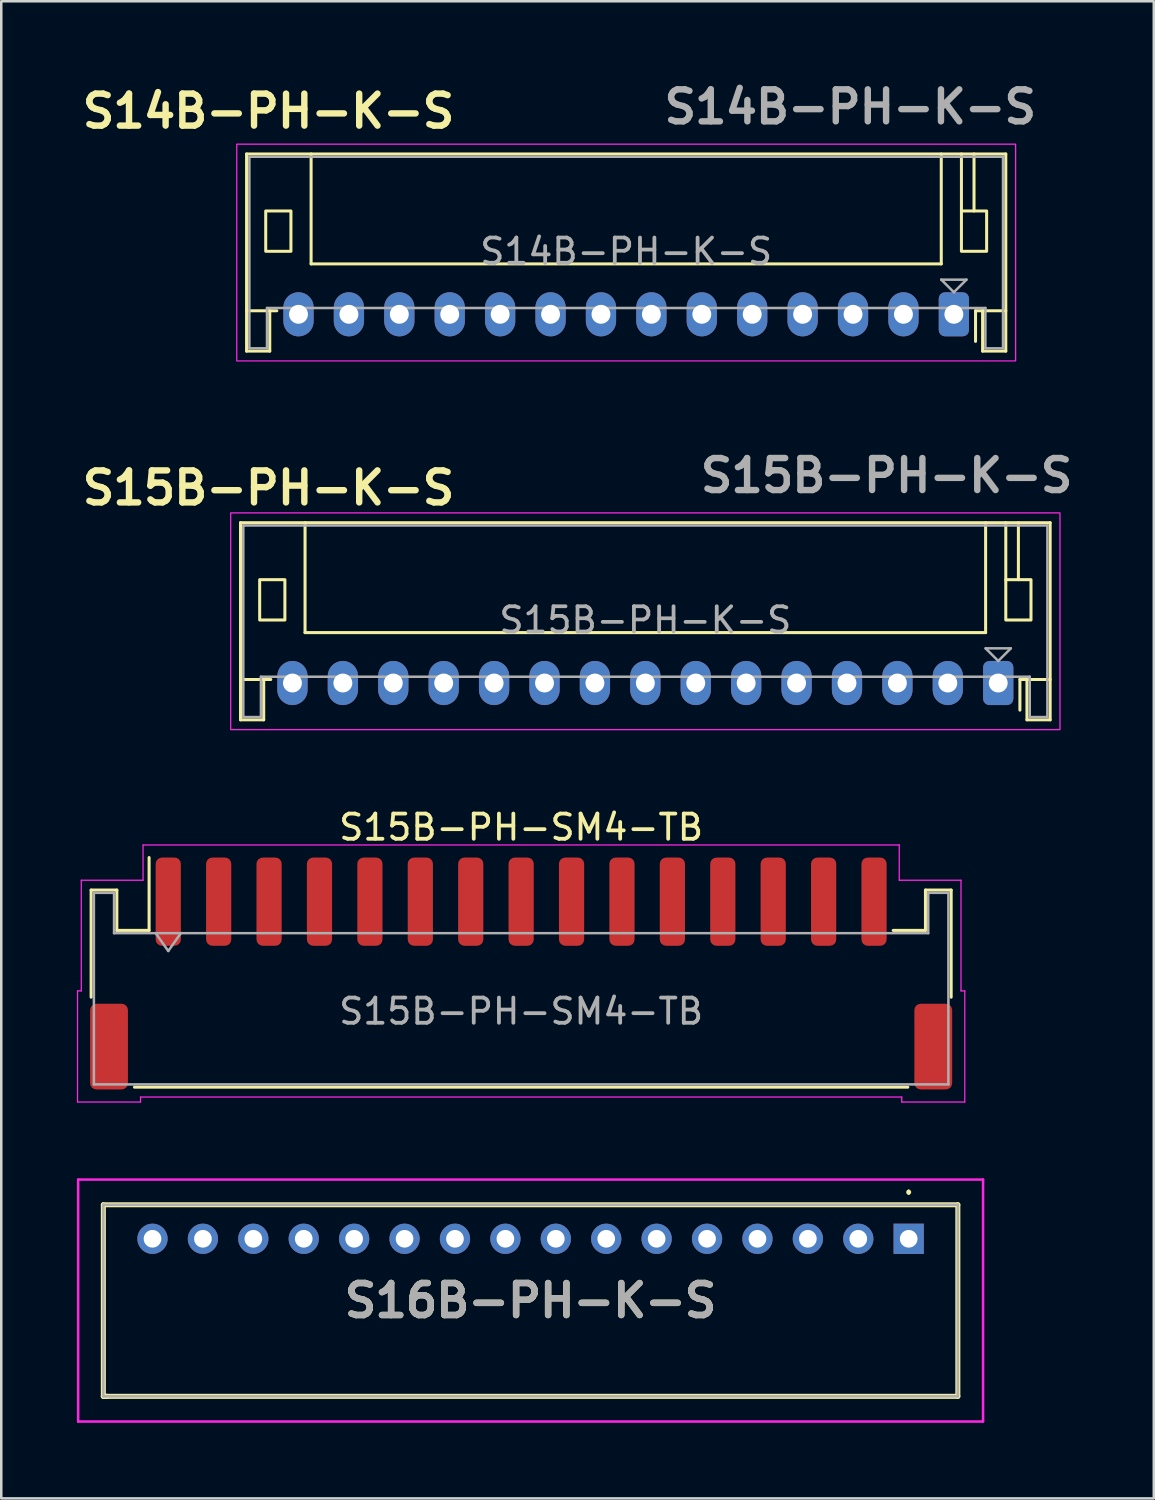
<source format=kicad_pcb>
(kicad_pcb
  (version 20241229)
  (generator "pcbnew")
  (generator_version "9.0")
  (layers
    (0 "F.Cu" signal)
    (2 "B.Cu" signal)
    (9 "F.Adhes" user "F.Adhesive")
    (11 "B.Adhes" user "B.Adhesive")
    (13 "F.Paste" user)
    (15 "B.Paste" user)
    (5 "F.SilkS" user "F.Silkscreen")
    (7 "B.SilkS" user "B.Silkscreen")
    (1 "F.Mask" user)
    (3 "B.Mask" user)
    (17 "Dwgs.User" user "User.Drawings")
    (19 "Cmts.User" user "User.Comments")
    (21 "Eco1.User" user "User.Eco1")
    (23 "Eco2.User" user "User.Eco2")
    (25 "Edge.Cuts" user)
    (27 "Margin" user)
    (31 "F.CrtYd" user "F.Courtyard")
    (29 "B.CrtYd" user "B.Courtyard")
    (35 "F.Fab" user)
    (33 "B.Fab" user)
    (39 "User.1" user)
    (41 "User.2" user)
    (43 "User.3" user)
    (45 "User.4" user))
  (footprint "S16B-PH-K-S"
    (layer "F.Cu")
    (at 33 46.096)
    (property "Reference" "S16B-PH-K-S" (at -15 2.45 0) (layer "F.SilkS") (effects (font (size 1.27 1.27) (thickness 0.254))))
    (attr through_hole)
    (fp_line (start -31.95 -1.35) (end 1.95 -1.35) (stroke (width 0.2) (type solid)) (layer "F.SilkS"))
    (fp_line (start -31.95 6.25) (end -31.95 -1.35) (stroke (width 0.2) (type solid)) (layer "F.SilkS"))
    (fp_line (start -31.95 6.25) (end -31.8 6.25) (stroke (width 0.2) (type solid)) (layer "F.SilkS"))
    (fp_line (start 0 -1.9) (end 0 -1.9) (stroke (width 0.1) (type solid)) (layer "F.SilkS"))
    (fp_line (start 0 -1.8) (end 0 -1.8) (stroke (width 0.1) (type solid)) (layer "F.SilkS"))
    (fp_line (start 1.95 -1.35) (end 1.95 6.25) (stroke (width 0.2) (type solid)) (layer "F.SilkS"))
    (fp_line (start 1.95 6.25) (end -31.95 6.25) (stroke (width 0.2) (type solid)) (layer "F.SilkS"))
    (fp_arc (start 0 -1.9) (mid 0.05 -1.85) (end 0 -1.8) (stroke (width 0.1) (type solid)) (layer "F.SilkS"))
    (fp_arc (start 0 -1.8) (mid -0.05 -1.85) (end 0 -1.9) (stroke (width 0.1) (type solid)) (layer "F.SilkS"))
    (fp_line (start -32.95 -2.35) (end 2.95 -2.35) (stroke (width 0.1) (type solid)) (layer "F.CrtYd"))
    (fp_line (start -32.95 7.25) (end -32.95 -2.35) (stroke (width 0.1) (type solid)) (layer "F.CrtYd"))
    (fp_line (start 2.95 -2.35) (end 2.95 7.25) (stroke (width 0.1) (type solid)) (layer "F.CrtYd"))
    (fp_line (start 2.95 7.25) (end -32.95 7.25) (stroke (width 0.1) (type solid)) (layer "F.CrtYd"))
    (fp_line (start -31.95 -1.35) (end -31.95 6.25) (stroke (width 0.1) (type solid)) (layer "F.Fab"))
    (fp_line (start -31.95 6.25) (end 1.95 6.25) (stroke (width 0.1) (type solid)) (layer "F.Fab"))
    (fp_line (start 1.95 -1.35) (end -31.95 -1.35) (stroke (width 0.1) (type solid)) (layer "F.Fab"))
    (fp_line (start 1.95 6.25) (end 1.95 -1.35) (stroke (width 0.1) (type solid)) (layer "F.Fab"))
    (fp_text user "${REFERENCE}" (at -15 2.45 0) (layer "F.Fab") (effects (font (size 1.27 1.27) (thickness 0.254))))
    (pad "1" thru_hole rect (at 0 0) (size 1.2 1.2) (drill 0.7) (layers "*.Cu" "*.Mask"))
    (pad "2" thru_hole circle (at -2 0) (size 1.2 1.2) (drill 0.7) (layers "*.Cu" "*.Mask"))
    (pad "3" thru_hole circle (at -4 0) (size 1.2 1.2) (drill 0.7) (layers "*.Cu" "*.Mask"))
    (pad "4" thru_hole circle (at -6 0) (size 1.2 1.2) (drill 0.7) (layers "*.Cu" "*.Mask"))
    (pad "5" thru_hole circle (at -8 0) (size 1.2 1.2) (drill 0.7) (layers "*.Cu" "*.Mask"))
    (pad "6" thru_hole circle (at -10 0) (size 1.2 1.2) (drill 0.7) (layers "*.Cu" "*.Mask"))
    (pad "7" thru_hole circle (at -12 0) (size 1.2 1.2) (drill 0.7) (layers "*.Cu" "*.Mask"))
    (pad "8" thru_hole circle (at -14 0) (size 1.2 1.2) (drill 0.7) (layers "*.Cu" "*.Mask"))
    (pad "9" thru_hole circle (at -16 0) (size 1.2 1.2) (drill 0.7) (layers "*.Cu" "*.Mask"))
    (pad "10" thru_hole circle (at -18 0) (size 1.2 1.2) (drill 0.7) (layers "*.Cu" "*.Mask"))
    (pad "11" thru_hole circle (at -20 0) (size 1.2 1.2) (drill 0.7) (layers "*.Cu" "*.Mask"))
    (pad "12" thru_hole circle (at -22 0) (size 1.2 1.2) (drill 0.7) (layers "*.Cu" "*.Mask"))
    (pad "13" thru_hole circle (at -24 0) (size 1.2 1.2) (drill 0.7) (layers "*.Cu" "*.Mask"))
    (pad "14" thru_hole circle (at -26 0) (size 1.2 1.2) (drill 0.7) (layers "*.Cu" "*.Mask"))
    (pad "15" thru_hole circle (at -28 0) (size 1.2 1.2) (drill 0.7) (layers "*.Cu" "*.Mask"))
    (pad "16" thru_hole circle (at -30 0) (size 1.2 1.2) (drill 0.7) (layers "*.Cu" "*.Mask")))
  (footprint "S15B-PH-SM4-TB"
    (layer "F.Cu")
    (at 17.625 35.571)
    (property "Reference" "S15B-PH-SM4-TB" (at 0 -5.8 0) (layer "F.SilkS") (effects (font (size 1 1) (thickness 0.15))))
    (attr smd)
    (fp_line (start -17.06 -3.31) (end -16.04 -3.31) (stroke (width 0.12) (type solid)) (layer "F.SilkS"))
    (fp_line (start -17.06 0.94) (end -17.06 -3.31) (stroke (width 0.12) (type solid)) (layer "F.SilkS"))
    (fp_line (start -16.04 -3.31) (end -16.04 -1.71) (stroke (width 0.12) (type solid)) (layer "F.SilkS"))
    (fp_line (start -16.04 -1.71) (end -14.76 -1.71) (stroke (width 0.12) (type solid)) (layer "F.SilkS"))
    (fp_line (start -15.34 4.51) (end 15.34 4.51) (stroke (width 0.12) (type solid)) (layer "F.SilkS"))
    (fp_line (start -14.76 -1.71) (end -14.76 -4.6) (stroke (width 0.12) (type solid)) (layer "F.SilkS"))
    (fp_line (start 16.04 -3.31) (end 16.04 -1.71) (stroke (width 0.12) (type solid)) (layer "F.SilkS"))
    (fp_line (start 16.04 -1.71) (end 14.76 -1.71) (stroke (width 0.12) (type solid)) (layer "F.SilkS"))
    (fp_line (start 17.06 -3.31) (end 16.04 -3.31) (stroke (width 0.12) (type solid)) (layer "F.SilkS"))
    (fp_line (start 17.06 0.94) (end 17.06 -3.31) (stroke (width 0.12) (type solid)) (layer "F.SilkS"))
    (fp_line (start -17.6 0.69) (end -17.45 0.69) (stroke (width 0.05) (type solid)) (layer "F.CrtYd"))
    (fp_line (start -17.6 5.1) (end -17.6 0.69) (stroke (width 0.05) (type solid)) (layer "F.CrtYd"))
    (fp_line (start -17.45 -3.7) (end -15 -3.7) (stroke (width 0.05) (type solid)) (layer "F.CrtYd"))
    (fp_line (start -17.45 0.69) (end -17.45 -3.7) (stroke (width 0.05) (type solid)) (layer "F.CrtYd"))
    (fp_line (start -15.1 4.9) (end -15.1 5.1) (stroke (width 0.05) (type solid)) (layer "F.CrtYd"))
    (fp_line (start -15.1 5.1) (end -17.6 5.1) (stroke (width 0.05) (type solid)) (layer "F.CrtYd"))
    (fp_line (start -15 -5.1) (end 15 -5.1) (stroke (width 0.05) (type solid)) (layer "F.CrtYd"))
    (fp_line (start -15 -3.7) (end -15 -5.1) (stroke (width 0.05) (type solid)) (layer "F.CrtYd"))
    (fp_line (start 15 -5.1) (end 15 -3.7) (stroke (width 0.05) (type solid)) (layer "F.CrtYd"))
    (fp_line (start 15 -3.7) (end 17.45 -3.7) (stroke (width 0.05) (type solid)) (layer "F.CrtYd"))
    (fp_line (start 15.1 4.9) (end -15.1 4.9) (stroke (width 0.05) (type solid)) (layer "F.CrtYd"))
    (fp_line (start 15.1 5.1) (end 15.1 4.9) (stroke (width 0.05) (type solid)) (layer "F.CrtYd"))
    (fp_line (start 17.45 -3.7) (end 17.45 0.69) (stroke (width 0.05) (type solid)) (layer "F.CrtYd"))
    (fp_line (start 17.45 0.69) (end 17.6 0.69) (stroke (width 0.05) (type solid)) (layer "F.CrtYd"))
    (fp_line (start 17.6 0.69) (end 17.6 5.1) (stroke (width 0.05) (type solid)) (layer "F.CrtYd"))
    (fp_line (start 17.6 5.1) (end 15.1 5.1) (stroke (width 0.05) (type solid)) (layer "F.CrtYd"))
    (fp_line (start -16.95 -3.2) (end -16.95 4.4) (stroke (width 0.1) (type solid)) (layer "F.Fab"))
    (fp_line (start -16.95 -3.2) (end -16.15 -3.2) (stroke (width 0.1) (type solid)) (layer "F.Fab"))
    (fp_line (start -16.95 4.4) (end 16.95 4.4) (stroke (width 0.1) (type solid)) (layer "F.Fab"))
    (fp_line (start -16.15 -3.2) (end -16.15 -1.6) (stroke (width 0.1) (type solid)) (layer "F.Fab"))
    (fp_line (start -16.15 -1.6) (end 16.15 -1.6) (stroke (width 0.1) (type solid)) (layer "F.Fab"))
    (fp_line (start -14.5 -1.6) (end -14 -0.893) (stroke (width 0.1) (type solid)) (layer "F.Fab"))
    (fp_line (start -14 -0.893) (end -13.5 -1.6) (stroke (width 0.1) (type solid)) (layer "F.Fab"))
    (fp_line (start 16.15 -3.2) (end 16.95 -3.2) (stroke (width 0.1) (type solid)) (layer "F.Fab"))
    (fp_line (start 16.15 -1.6) (end 16.15 -3.2) (stroke (width 0.1) (type solid)) (layer "F.Fab"))
    (fp_line (start 16.95 -3.2) (end 16.95 4.4) (stroke (width 0.1) (type solid)) (layer "F.Fab"))
    (fp_text user "${REFERENCE}" (at 0 1.5 0) (layer "F.Fab") (effects (font (size 1 1) (thickness 0.15))))
    (pad "1" smd roundrect (at -14 -2.85) (size 1 3.5) (layers "F.Cu" "F.Mask" "F.Paste") (roundrect_rratio 0.25))
    (pad "2" smd roundrect (at -12 -2.85) (size 1 3.5) (layers "F.Cu" "F.Mask" "F.Paste") (roundrect_rratio 0.25))
    (pad "3" smd roundrect (at -10 -2.85) (size 1 3.5) (layers "F.Cu" "F.Mask" "F.Paste") (roundrect_rratio 0.25))
    (pad "4" smd roundrect (at -8 -2.85) (size 1 3.5) (layers "F.Cu" "F.Mask" "F.Paste") (roundrect_rratio 0.25))
    (pad "5" smd roundrect (at -6 -2.85) (size 1 3.5) (layers "F.Cu" "F.Mask" "F.Paste") (roundrect_rratio 0.25))
    (pad "6" smd roundrect (at -4 -2.85) (size 1 3.5) (layers "F.Cu" "F.Mask" "F.Paste") (roundrect_rratio 0.25))
    (pad "7" smd roundrect (at -2 -2.85) (size 1 3.5) (layers "F.Cu" "F.Mask" "F.Paste") (roundrect_rratio 0.25))
    (pad "8" smd roundrect (at 0 -2.85) (size 1 3.5) (layers "F.Cu" "F.Mask" "F.Paste") (roundrect_rratio 0.25))
    (pad "9" smd roundrect (at 2 -2.85) (size 1 3.5) (layers "F.Cu" "F.Mask" "F.Paste") (roundrect_rratio 0.25))
    (pad "10" smd roundrect (at 4 -2.85) (size 1 3.5) (layers "F.Cu" "F.Mask" "F.Paste") (roundrect_rratio 0.25))
    (pad "11" smd roundrect (at 6 -2.85) (size 1 3.5) (layers "F.Cu" "F.Mask" "F.Paste") (roundrect_rratio 0.25))
    (pad "12" smd roundrect (at 8 -2.85) (size 1 3.5) (layers "F.Cu" "F.Mask" "F.Paste") (roundrect_rratio 0.25))
    (pad "13" smd roundrect (at 10 -2.85) (size 1 3.5) (layers "F.Cu" "F.Mask" "F.Paste") (roundrect_rratio 0.25))
    (pad "14" smd roundrect (at 12 -2.85) (size 1 3.5) (layers "F.Cu" "F.Mask" "F.Paste") (roundrect_rratio 0.25))
    (pad "15" smd roundrect (at 14 -2.85) (size 1 3.5) (layers "F.Cu" "F.Mask" "F.Paste") (roundrect_rratio 0.25))
    (pad "MP" smd roundrect (at -16.35 2.9) (size 1.5 3.4) (layers "F.Cu" "F.Mask" "F.Paste") (roundrect_rratio 0.167))
    (pad "MP" smd roundrect (at 16.35 2.9) (size 1.5 3.4) (layers "F.Cu" "F.Mask" "F.Paste") (roundrect_rratio 0.167)))
  (footprint "S15B-PH-K-S"
    (layer "F.Cu")
    (at 36.552 23.937)
    (property "Reference" "S15B-PH-K-S" (at -28.95 -7.63 0) (layer "F.SilkS") (effects (font (size 1.27 1.27) (thickness 0.254))))
    (attr through_hole)
    (fp_line (start -30.06 -6.25) (end -30.06 1.57) (stroke (width 0.12) (type solid)) (layer "F.SilkS"))
    (fp_line (start -30.06 -0.03) (end -29.14 -0.03) (stroke (width 0.12) (type solid)) (layer "F.SilkS"))
    (fp_line (start -30.06 1.57) (end -29.14 1.57) (stroke (width 0.12) (type solid)) (layer "F.SilkS"))
    (fp_line (start -29.14 -0.03) (end -28.86 -0.03) (stroke (width 0.12) (type solid)) (layer "F.SilkS"))
    (fp_line (start -29.14 1.57) (end -29.14 -0.03) (stroke (width 0.12) (type solid)) (layer "F.SilkS"))
    (fp_line (start -27.5 -1.89) (end -27.5 -6.25) (stroke (width 0.12) (type solid)) (layer "F.SilkS"))
    (fp_line (start -0.5 -6.25) (end -0.5 -1.89) (stroke (width 0.12) (type solid)) (layer "F.SilkS"))
    (fp_line (start -0.5 -1.89) (end -27.5 -1.89) (stroke (width 0.12) (type solid)) (layer "F.SilkS"))
    (fp_line (start 0.3 -3.99) (end 0.3 -6.25) (stroke (width 0.12) (type solid)) (layer "F.SilkS"))
    (fp_line (start 0.8 -3.99) (end 0.8 -6.25) (stroke (width 0.12) (type solid)) (layer "F.SilkS"))
    (fp_line (start 0.86 -0.03) (end 0.86 1.185) (stroke (width 0.12) (type solid)) (layer "F.SilkS"))
    (fp_line (start 0.86 -0.03) (end 1.14 -0.03) (stroke (width 0.12) (type solid)) (layer "F.SilkS"))
    (fp_line (start 1.14 -0.03) (end 1.14 1.57) (stroke (width 0.12) (type solid)) (layer "F.SilkS"))
    (fp_line (start 1.14 1.57) (end 2.06 1.57) (stroke (width 0.12) (type solid)) (layer "F.SilkS"))
    (fp_line (start 2.06 -6.25) (end -30.06 -6.25) (stroke (width 0.12) (type solid)) (layer "F.SilkS"))
    (fp_line (start 2.06 -0.03) (end 1.14 -0.03) (stroke (width 0.12) (type solid)) (layer "F.SilkS"))
    (fp_line (start 2.06 1.57) (end 2.06 -6.25) (stroke (width 0.12) (type solid)) (layer "F.SilkS"))
    (fp_rect (start -29.3 -3.99) (end -28.3 -2.39) (stroke (width 0.12) (type solid)) (fill no) (layer "F.SilkS"))
    (fp_rect (start 0.3 -3.99) (end 1.3 -2.39) (stroke (width 0.12) (type solid)) (fill no) (layer "F.SilkS"))
    (fp_rect (start -30.45 -6.64) (end 2.45 1.96) (stroke (width 0.05) (type solid)) (fill no) (layer "F.CrtYd"))
    (fp_line (start -29.95 -6.14) (end -29.95 1.46) (stroke (width 0.1) (type solid)) (layer "F.Fab"))
    (fp_line (start -29.95 1.46) (end -29.25 1.46) (stroke (width 0.1) (type solid)) (layer "F.Fab"))
    (fp_line (start -29.25 -0.14) (end 1.25 -0.14) (stroke (width 0.1) (type solid)) (layer "F.Fab"))
    (fp_line (start -29.25 1.46) (end -29.25 -0.14) (stroke (width 0.1) (type solid)) (layer "F.Fab"))
    (fp_line (start -0.5 -1.265) (end 0 -0.765) (stroke (width 0.1) (type solid)) (layer "F.Fab"))
    (fp_line (start 0 -0.765) (end 0.5 -1.265) (stroke (width 0.1) (type solid)) (layer "F.Fab"))
    (fp_line (start 0.5 -1.265) (end -0.5 -1.265) (stroke (width 0.1) (type solid)) (layer "F.Fab"))
    (fp_line (start 1.25 -0.14) (end 1.25 1.46) (stroke (width 0.1) (type solid)) (layer "F.Fab"))
    (fp_line (start 1.25 1.46) (end 1.95 1.46) (stroke (width 0.1) (type solid)) (layer "F.Fab"))
    (fp_line (start 1.95 -6.14) (end -29.95 -6.14) (stroke (width 0.1) (type solid)) (layer "F.Fab"))
    (fp_line (start 1.95 1.46) (end 1.95 -6.14) (stroke (width 0.1) (type solid)) (layer "F.Fab"))
    (fp_text user "${REFERENCE}" (at -4.43 -8.12 0) (layer "F.Fab") (effects (font (size 1.27 1.27) (thickness 0.254))))
    (fp_text user "${REFERENCE}" (at -14 -2.39 180) (layer "F.Fab") (effects (font (size 1 1) (thickness 0.15))))
    (pad "1" thru_hole roundrect (at 0 0.11 180) (size 1.2 1.75) (drill 0.75) (layers "*.Cu" "*.Mask") (roundrect_rratio 0.208))
    (pad "2" thru_hole oval (at -2 0.11 180) (size 1.2 1.75) (drill 0.75) (layers "*.Cu" "*.Mask"))
    (pad "3" thru_hole oval (at -4 0.11 180) (size 1.2 1.75) (drill 0.75) (layers "*.Cu" "*.Mask"))
    (pad "4" thru_hole oval (at -6 0.11 180) (size 1.2 1.75) (drill 0.75) (layers "*.Cu" "*.Mask"))
    (pad "5" thru_hole oval (at -8 0.11 180) (size 1.2 1.75) (drill 0.75) (layers "*.Cu" "*.Mask"))
    (pad "6" thru_hole oval (at -10 0.11 180) (size 1.2 1.75) (drill 0.75) (layers "*.Cu" "*.Mask"))
    (pad "7" thru_hole oval (at -12 0.11 180) (size 1.2 1.75) (drill 0.75) (layers "*.Cu" "*.Mask"))
    (pad "8" thru_hole oval (at -14 0.11 180) (size 1.2 1.75) (drill 0.75) (layers "*.Cu" "*.Mask"))
    (pad "9" thru_hole oval (at -16 0.11 180) (size 1.2 1.75) (drill 0.75) (layers "*.Cu" "*.Mask"))
    (pad "10" thru_hole oval (at -18 0.11 180) (size 1.2 1.75) (drill 0.75) (layers "*.Cu" "*.Mask"))
    (pad "11" thru_hole oval (at -20 0.11 180) (size 1.2 1.75) (drill 0.75) (layers "*.Cu" "*.Mask"))
    (pad "12" thru_hole oval (at -22 0.11 180) (size 1.2 1.75) (drill 0.75) (layers "*.Cu" "*.Mask"))
    (pad "13" thru_hole oval (at -24 0.11 180) (size 1.2 1.75) (drill 0.75) (layers "*.Cu" "*.Mask"))
    (pad "14" thru_hole oval (at -26 0.11 180) (size 1.2 1.75) (drill 0.75) (layers "*.Cu" "*.Mask"))
    (pad "15" thru_hole oval (at -28 0.11 180) (size 1.2 1.75) (drill 0.75) (layers "*.Cu" "*.Mask")))
  (footprint "S14B-PH-K-S"
    (layer "F.Cu")
    (at 35.262 11.379)
    (property "Reference" "S14B-PH-K-S" (at -27.66 -10.02 0) (layer "F.SilkS") (effects (font (size 1.27 1.27) (thickness 0.254))))
    (attr through_hole)
    (fp_line (start -28.53 -8.32) (end -28.53 -0.5) (stroke (width 0.12) (type solid)) (layer "F.SilkS"))
    (fp_line (start -28.53 -2.1) (end -27.61 -2.1) (stroke (width 0.12) (type solid)) (layer "F.SilkS"))
    (fp_line (start -28.53 -0.5) (end -27.61 -0.5) (stroke (width 0.12) (type solid)) (layer "F.SilkS"))
    (fp_line (start -27.61 -2.1) (end -27.33 -2.1) (stroke (width 0.12) (type solid)) (layer "F.SilkS"))
    (fp_line (start -27.61 -0.5) (end -27.61 -2.1) (stroke (width 0.12) (type solid)) (layer "F.SilkS"))
    (fp_line (start -25.97 -3.96) (end -25.97 -8.32) (stroke (width 0.12) (type solid)) (layer "F.SilkS"))
    (fp_line (start -0.97 -8.32) (end -0.97 -3.96) (stroke (width 0.12) (type solid)) (layer "F.SilkS"))
    (fp_line (start -0.97 -3.96) (end -25.97 -3.96) (stroke (width 0.12) (type solid)) (layer "F.SilkS"))
    (fp_line (start -0.17 -6.06) (end -0.17 -8.32) (stroke (width 0.12) (type solid)) (layer "F.SilkS"))
    (fp_line (start 0.33 -6.06) (end 0.33 -8.32) (stroke (width 0.12) (type solid)) (layer "F.SilkS"))
    (fp_line (start 0.39 -2.1) (end 0.39 -0.885) (stroke (width 0.12) (type solid)) (layer "F.SilkS"))
    (fp_line (start 0.39 -2.1) (end 0.67 -2.1) (stroke (width 0.12) (type solid)) (layer "F.SilkS"))
    (fp_line (start 0.67 -2.1) (end 0.67 -0.5) (stroke (width 0.12) (type solid)) (layer "F.SilkS"))
    (fp_line (start 0.67 -0.5) (end 1.59 -0.5) (stroke (width 0.12) (type solid)) (layer "F.SilkS"))
    (fp_line (start 1.59 -8.32) (end -28.53 -8.32) (stroke (width 0.12) (type solid)) (layer "F.SilkS"))
    (fp_line (start 1.59 -2.1) (end 0.67 -2.1) (stroke (width 0.12) (type solid)) (layer "F.SilkS"))
    (fp_line (start 1.59 -0.5) (end 1.59 -8.32) (stroke (width 0.12) (type solid)) (layer "F.SilkS"))
    (fp_rect (start -27.77 -6.06) (end -26.77 -4.46) (stroke (width 0.12) (type solid)) (fill no) (layer "F.SilkS"))
    (fp_rect (start -0.17 -6.06) (end 0.83 -4.46) (stroke (width 0.12) (type solid)) (fill no) (layer "F.SilkS"))
    (fp_rect (start -28.92 -8.71) (end 1.98 -0.11) (stroke (width 0.05) (type solid)) (fill no) (layer "F.CrtYd"))
    (fp_line (start -28.42 -8.21) (end -28.42 -0.61) (stroke (width 0.1) (type solid)) (layer "F.Fab"))
    (fp_line (start -28.42 -0.61) (end -27.72 -0.61) (stroke (width 0.1) (type solid)) (layer "F.Fab"))
    (fp_line (start -27.72 -2.21) (end 0.78 -2.21) (stroke (width 0.1) (type solid)) (layer "F.Fab"))
    (fp_line (start -27.72 -0.61) (end -27.72 -2.21) (stroke (width 0.1) (type solid)) (layer "F.Fab"))
    (fp_line (start -0.97 -3.335) (end -0.47 -2.835) (stroke (width 0.1) (type solid)) (layer "F.Fab"))
    (fp_line (start -0.47 -2.835) (end 0.03 -3.335) (stroke (width 0.1) (type solid)) (layer "F.Fab"))
    (fp_line (start 0.03 -3.335) (end -0.97 -3.335) (stroke (width 0.1) (type solid)) (layer "F.Fab"))
    (fp_line (start 0.78 -2.21) (end 0.78 -0.61) (stroke (width 0.1) (type solid)) (layer "F.Fab"))
    (fp_line (start 0.78 -0.61) (end 1.48 -0.61) (stroke (width 0.1) (type solid)) (layer "F.Fab"))
    (fp_line (start 1.48 -8.21) (end -28.42 -8.21) (stroke (width 0.1) (type solid)) (layer "F.Fab"))
    (fp_line (start 1.48 -0.61) (end 1.48 -8.21) (stroke (width 0.1) (type solid)) (layer "F.Fab"))
    (fp_text user "${REFERENCE}" (at -13.47 -4.46 180) (layer "F.Fab") (effects (font (size 1 1) (thickness 0.15))))
    (fp_text user "${REFERENCE}" (at -4.58 -10.19 0) (layer "F.Fab") (effects (font (size 1.27 1.27) (thickness 0.254))))
    (pad "1" thru_hole roundrect (at -0.47 -1.96 180) (size 1.2 1.75) (drill 0.75) (layers "*.Cu" "*.Mask") (roundrect_rratio 0.208))
    (pad "2" thru_hole oval (at -2.47 -1.96 180) (size 1.2 1.75) (drill 0.75) (layers "*.Cu" "*.Mask"))
    (pad "3" thru_hole oval (at -4.47 -1.96 180) (size 1.2 1.75) (drill 0.75) (layers "*.Cu" "*.Mask"))
    (pad "4" thru_hole oval (at -6.47 -1.96 180) (size 1.2 1.75) (drill 0.75) (layers "*.Cu" "*.Mask"))
    (pad "5" thru_hole oval (at -8.47 -1.96 180) (size 1.2 1.75) (drill 0.75) (layers "*.Cu" "*.Mask"))
    (pad "6" thru_hole oval (at -10.47 -1.96 180) (size 1.2 1.75) (drill 0.75) (layers "*.Cu" "*.Mask"))
    (pad "7" thru_hole oval (at -12.47 -1.96 180) (size 1.2 1.75) (drill 0.75) (layers "*.Cu" "*.Mask"))
    (pad "8" thru_hole oval (at -14.47 -1.96 180) (size 1.2 1.75) (drill 0.75) (layers "*.Cu" "*.Mask"))
    (pad "9" thru_hole oval (at -16.47 -1.96 180) (size 1.2 1.75) (drill 0.75) (layers "*.Cu" "*.Mask"))
    (pad "10" thru_hole oval (at -18.47 -1.96 180) (size 1.2 1.75) (drill 0.75) (layers "*.Cu" "*.Mask"))
    (pad "11" thru_hole oval (at -20.47 -1.96 180) (size 1.2 1.75) (drill 0.75) (layers "*.Cu" "*.Mask"))
    (pad "12" thru_hole oval (at -22.47 -1.96 180) (size 1.2 1.75) (drill 0.75) (layers "*.Cu" "*.Mask"))
    (pad "13" thru_hole oval (at -24.47 -1.96 180) (size 1.2 1.75) (drill 0.75) (layers "*.Cu" "*.Mask"))
    (pad "14" thru_hole oval (at -26.47 -1.96 180) (size 1.2 1.75) (drill 0.75) (layers "*.Cu" "*.Mask")))
  (gr_rect
    (start -3 -3)
    (end 42.724 56.396)
    (stroke (width 0.1) (type default))
    (fill no)
    (layer "Edge.Cuts")))
</source>
